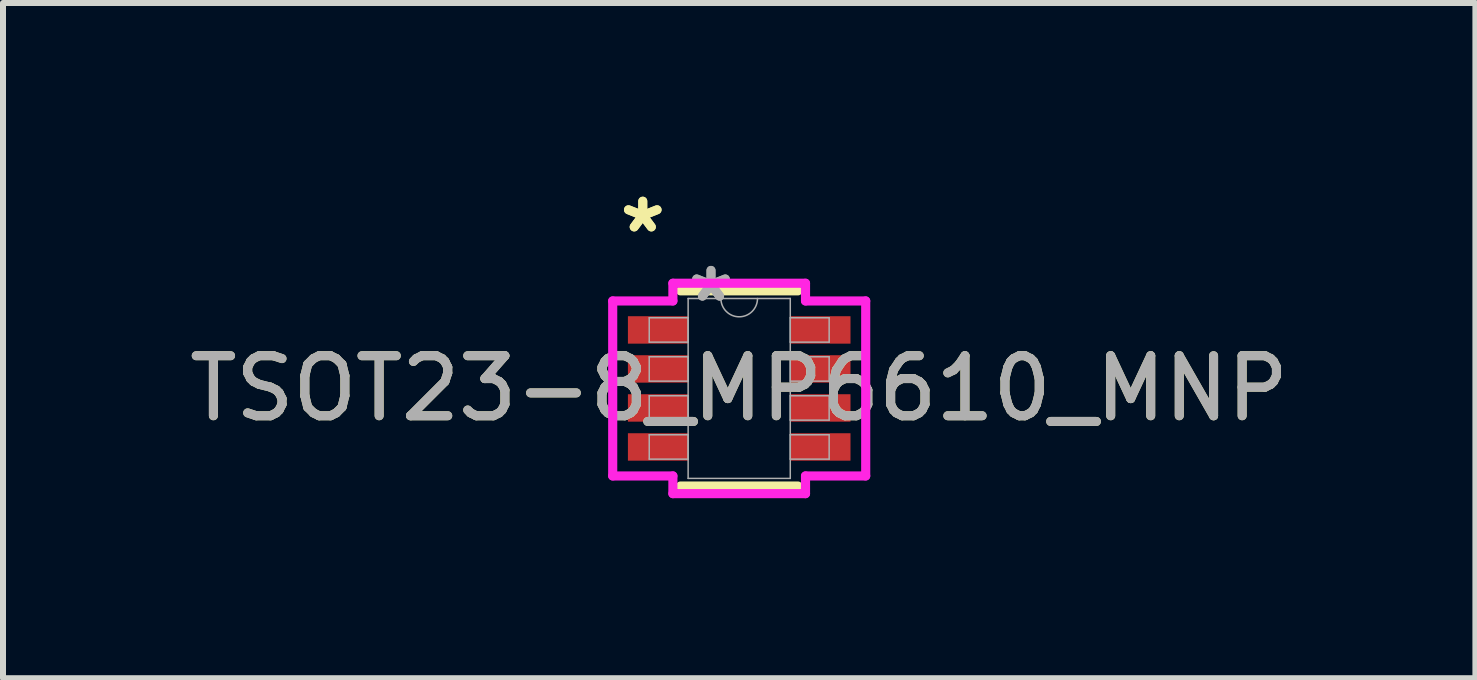
<source format=kicad_pcb>
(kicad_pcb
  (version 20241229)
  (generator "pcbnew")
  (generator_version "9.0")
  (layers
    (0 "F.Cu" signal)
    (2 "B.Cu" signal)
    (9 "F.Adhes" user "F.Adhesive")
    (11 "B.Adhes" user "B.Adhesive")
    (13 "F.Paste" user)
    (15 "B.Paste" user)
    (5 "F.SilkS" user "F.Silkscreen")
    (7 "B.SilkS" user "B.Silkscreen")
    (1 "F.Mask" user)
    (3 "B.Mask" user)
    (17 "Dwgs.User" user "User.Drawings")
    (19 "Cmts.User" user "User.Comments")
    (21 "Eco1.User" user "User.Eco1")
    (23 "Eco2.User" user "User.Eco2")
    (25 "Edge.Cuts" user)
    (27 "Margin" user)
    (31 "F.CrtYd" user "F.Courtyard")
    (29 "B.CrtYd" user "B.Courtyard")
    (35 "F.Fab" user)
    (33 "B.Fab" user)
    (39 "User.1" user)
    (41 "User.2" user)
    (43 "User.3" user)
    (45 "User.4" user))
  (footprint "TSOT23-8_MP6610_MNP"
    (layer "F.Cu")
    (at 9.268 3.423)
    (property "Reference" "TSOT23-8_MP6610_MNP" (at 0 0 0) (unlocked yes) (layer "F.SilkS") (effects (font (size 1 1) (thickness 0.15))))
    (attr smd)
    (fp_line (start -0.978 1.626) (end 0.978 1.626) (stroke (width 0.152) (type solid)) (layer "F.SilkS"))
    (fp_line (start 0.978 -1.626) (end -0.978 -1.626) (stroke (width 0.152) (type solid)) (layer "F.SilkS"))
    (fp_line (start -2.108 -1.458) (end -1.105 -1.458) (stroke (width 0.152) (type solid)) (layer "F.CrtYd"))
    (fp_line (start -2.108 1.458) (end -2.108 -1.458) (stroke (width 0.152) (type solid)) (layer "F.CrtYd"))
    (fp_line (start -2.108 1.458) (end -1.105 1.458) (stroke (width 0.152) (type solid)) (layer "F.CrtYd"))
    (fp_line (start -1.105 -1.753) (end 1.105 -1.753) (stroke (width 0.152) (type solid)) (layer "F.CrtYd"))
    (fp_line (start -1.105 -1.458) (end -1.105 -1.753) (stroke (width 0.152) (type solid)) (layer "F.CrtYd"))
    (fp_line (start -1.105 1.753) (end -1.105 1.458) (stroke (width 0.152) (type solid)) (layer "F.CrtYd"))
    (fp_line (start 1.105 -1.753) (end 1.105 -1.458) (stroke (width 0.152) (type solid)) (layer "F.CrtYd"))
    (fp_line (start 1.105 1.458) (end 1.105 1.753) (stroke (width 0.152) (type solid)) (layer "F.CrtYd"))
    (fp_line (start 1.105 1.753) (end -1.105 1.753) (stroke (width 0.152) (type solid)) (layer "F.CrtYd"))
    (fp_line (start 2.108 -1.458) (end 1.105 -1.458) (stroke (width 0.152) (type solid)) (layer "F.CrtYd"))
    (fp_line (start 2.108 -1.458) (end 2.108 1.458) (stroke (width 0.152) (type solid)) (layer "F.CrtYd"))
    (fp_line (start 2.108 1.458) (end 1.105 1.458) (stroke (width 0.152) (type solid)) (layer "F.CrtYd"))
    (fp_line (start -1.499 -1.178) (end -1.499 -0.772) (stroke (width 0.025) (type solid)) (layer "F.Fab"))
    (fp_line (start -1.499 -0.772) (end -0.851 -0.772) (stroke (width 0.025) (type solid)) (layer "F.Fab"))
    (fp_line (start -1.499 -0.528) (end -1.499 -0.122) (stroke (width 0.025) (type solid)) (layer "F.Fab"))
    (fp_line (start -1.499 -0.122) (end -0.851 -0.122) (stroke (width 0.025) (type solid)) (layer "F.Fab"))
    (fp_line (start -1.499 0.122) (end -1.499 0.528) (stroke (width 0.025) (type solid)) (layer "F.Fab"))
    (fp_line (start -1.499 0.528) (end -0.851 0.528) (stroke (width 0.025) (type solid)) (layer "F.Fab"))
    (fp_line (start -1.499 0.772) (end -1.499 1.178) (stroke (width 0.025) (type solid)) (layer "F.Fab"))
    (fp_line (start -1.499 1.178) (end -0.851 1.178) (stroke (width 0.025) (type solid)) (layer "F.Fab"))
    (fp_line (start -0.851 -1.499) (end -0.851 1.499) (stroke (width 0.025) (type solid)) (layer "F.Fab"))
    (fp_line (start -0.851 -1.178) (end -1.499 -1.178) (stroke (width 0.025) (type solid)) (layer "F.Fab"))
    (fp_line (start -0.851 -0.772) (end -0.851 -1.178) (stroke (width 0.025) (type solid)) (layer "F.Fab"))
    (fp_line (start -0.851 -0.528) (end -1.499 -0.528) (stroke (width 0.025) (type solid)) (layer "F.Fab"))
    (fp_line (start -0.851 -0.122) (end -0.851 -0.528) (stroke (width 0.025) (type solid)) (layer "F.Fab"))
    (fp_line (start -0.851 0.122) (end -1.499 0.122) (stroke (width 0.025) (type solid)) (layer "F.Fab"))
    (fp_line (start -0.851 0.528) (end -0.851 0.122) (stroke (width 0.025) (type solid)) (layer "F.Fab"))
    (fp_line (start -0.851 0.772) (end -1.499 0.772) (stroke (width 0.025) (type solid)) (layer "F.Fab"))
    (fp_line (start -0.851 1.178) (end -0.851 0.772) (stroke (width 0.025) (type solid)) (layer "F.Fab"))
    (fp_line (start -0.851 1.499) (end 0.851 1.499) (stroke (width 0.025) (type solid)) (layer "F.Fab"))
    (fp_line (start 0.851 -1.499) (end -0.851 -1.499) (stroke (width 0.025) (type solid)) (layer "F.Fab"))
    (fp_line (start 0.851 -1.178) (end 0.851 -0.772) (stroke (width 0.025) (type solid)) (layer "F.Fab"))
    (fp_line (start 0.851 -0.772) (end 1.499 -0.772) (stroke (width 0.025) (type solid)) (layer "F.Fab"))
    (fp_line (start 0.851 -0.528) (end 0.851 -0.122) (stroke (width 0.025) (type solid)) (layer "F.Fab"))
    (fp_line (start 0.851 -0.122) (end 1.499 -0.122) (stroke (width 0.025) (type solid)) (layer "F.Fab"))
    (fp_line (start 0.851 0.122) (end 0.851 0.528) (stroke (width 0.025) (type solid)) (layer "F.Fab"))
    (fp_line (start 0.851 0.528) (end 1.499 0.528) (stroke (width 0.025) (type solid)) (layer "F.Fab"))
    (fp_line (start 0.851 0.772) (end 0.851 1.178) (stroke (width 0.025) (type solid)) (layer "F.Fab"))
    (fp_line (start 0.851 1.178) (end 1.499 1.178) (stroke (width 0.025) (type solid)) (layer "F.Fab"))
    (fp_line (start 0.851 1.499) (end 0.851 -1.499) (stroke (width 0.025) (type solid)) (layer "F.Fab"))
    (fp_line (start 1.499 -1.178) (end 0.851 -1.178) (stroke (width 0.025) (type solid)) (layer "F.Fab"))
    (fp_line (start 1.499 -0.772) (end 1.499 -1.178) (stroke (width 0.025) (type solid)) (layer "F.Fab"))
    (fp_line (start 1.499 -0.528) (end 0.851 -0.528) (stroke (width 0.025) (type solid)) (layer "F.Fab"))
    (fp_line (start 1.499 -0.122) (end 1.499 -0.528) (stroke (width 0.025) (type solid)) (layer "F.Fab"))
    (fp_line (start 1.499 0.122) (end 0.851 0.122) (stroke (width 0.025) (type solid)) (layer "F.Fab"))
    (fp_line (start 1.499 0.528) (end 1.499 0.122) (stroke (width 0.025) (type solid)) (layer "F.Fab"))
    (fp_line (start 1.499 0.772) (end 0.851 0.772) (stroke (width 0.025) (type solid)) (layer "F.Fab"))
    (fp_line (start 1.499 1.178) (end 1.499 0.772) (stroke (width 0.025) (type solid)) (layer "F.Fab"))
    (fp_arc (start 0.3048 -1.4986) (mid 0 -1.1938) (end -0.3048 -1.4986) (stroke (width 0.0254) (type solid)) (layer "F.Fab"))
    (fp_text user "*" (at -1.607 -2.575 0) (unlocked yes) (layer "F.SilkS") (effects (font (size 1 1) (thickness 0.15))))
    (fp_text user "*" (at -1.607 -2.575 0) (layer "F.SilkS") (effects (font (size 1 1) (thickness 0.15))))
    (fp_text user "*" (at -0.47 -1.422 0) (unlocked yes) (layer "F.Fab") (effects (font (size 1 1) (thickness 0.15))))
    (fp_text user "${REFERENCE}" (at 0 0 0) (unlocked yes) (layer "F.Fab") (effects (font (size 1 1) (thickness 0.15))))
    (fp_text user "*" (at -0.47 -1.422 0) (layer "F.Fab") (effects (font (size 1 1) (thickness 0.15))))
    (pad "1" smd rect (at -1.353 -0.975) (size 1.003 0.457) (layers "F.Cu" "F.Mask" "F.Paste"))
    (pad "2" smd rect (at -1.353 -0.325) (size 1.003 0.457) (layers "F.Cu" "F.Mask" "F.Paste"))
    (pad "3" smd rect (at -1.353 0.325) (size 1.003 0.457) (layers "F.Cu" "F.Mask" "F.Paste"))
    (pad "4" smd rect (at -1.353 0.975) (size 1.003 0.457) (layers "F.Cu" "F.Mask" "F.Paste"))
    (pad "5" smd rect (at 1.353 0.975) (size 1.003 0.457) (layers "F.Cu" "F.Mask" "F.Paste"))
    (pad "6" smd rect (at 1.353 0.325) (size 1.003 0.457) (layers "F.Cu" "F.Mask" "F.Paste"))
    (pad "7" smd rect (at 1.353 -0.325) (size 1.003 0.457) (layers "F.Cu" "F.Mask" "F.Paste"))
    (pad "8" smd rect (at 1.353 -0.975) (size 1.003 0.457) (layers "F.Cu" "F.Mask" "F.Paste")))
  (gr_rect
    (start -3 -3)
    (end 21.536 8.252)
    (stroke (width 0.1) (type default))
    (fill no)
    (layer "Edge.Cuts")))
</source>
